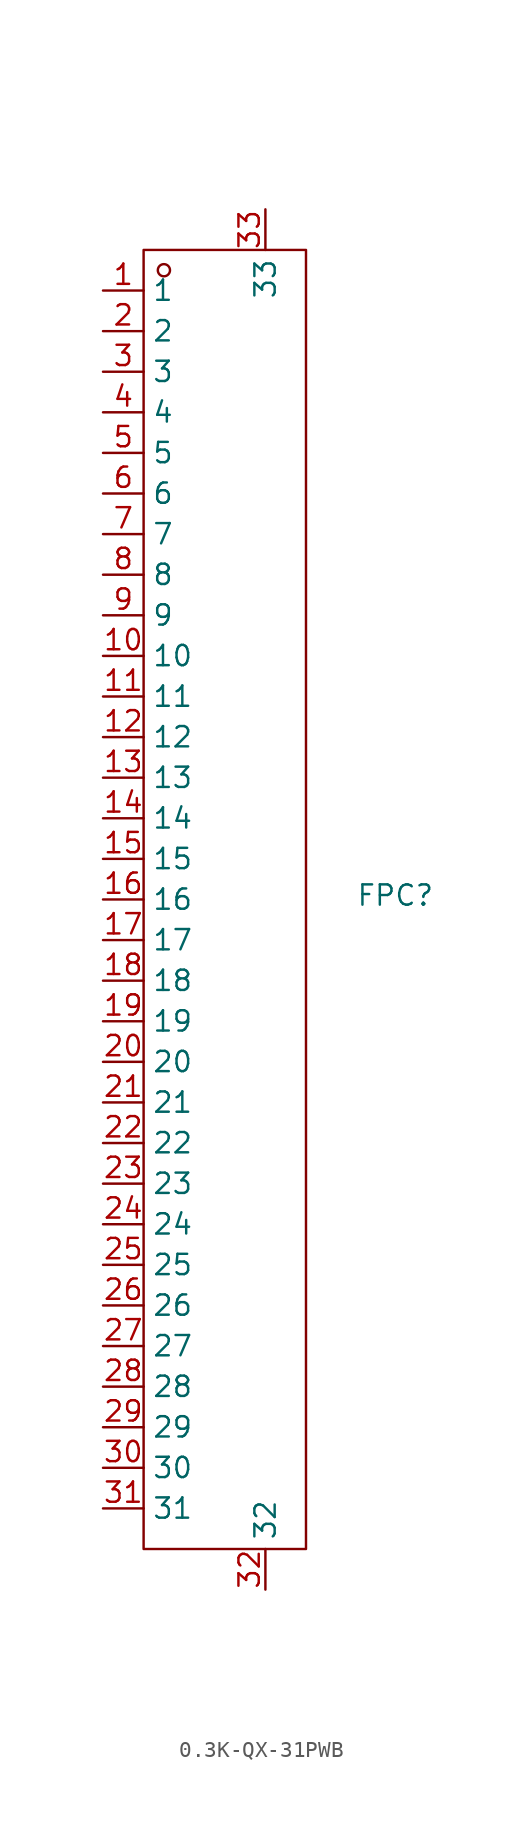
<source format=kicad_sym>
(kicad_symbol_lib
  (version 20241209)
  (generator "kicad_symbol_editor")
  (generator_version "9.0")
  (symbol "0.3K-QX-31PWB"
    (property "Reference" "FPC"
      (at 13.208 0.254 0)
      (effects (font (size 1.27 1.27))))
    (property "Value" ""
      (at 0 0 0)
      (effects (font (size 1.27 1.27))))
    (symbol "0.3K-QX-31PWB_1_0"
      (rectangle (start -2.54 -40.64) (end 7.62 40.64) (stroke (width 0) (type default)) (fill (type none)))
      (circle (center -1.27 39.37) (radius 0.381) (stroke (width 0) (type default)) (fill (type none)))
      (pin unspecified line (at -5.08 38.1 0) (length 2.54) (name "1" (effects (font (size 1.27 1.27)))) (number "1" (effects (font (size 1.27 1.27)))))
      (pin unspecified line (at -5.08 35.56 0) (length 2.54) (name "2" (effects (font (size 1.27 1.27)))) (number "2" (effects (font (size 1.27 1.27)))))
      (pin unspecified line (at -5.08 33.02 0) (length 2.54) (name "3" (effects (font (size 1.27 1.27)))) (number "3" (effects (font (size 1.27 1.27)))))
      (pin unspecified line (at -5.08 30.48 0) (length 2.54) (name "4" (effects (font (size 1.27 1.27)))) (number "4" (effects (font (size 1.27 1.27)))))
      (pin unspecified line (at -5.08 27.94 0) (length 2.54) (name "5" (effects (font (size 1.27 1.27)))) (number "5" (effects (font (size 1.27 1.27)))))
      (pin unspecified line (at -5.08 25.4 0) (length 2.54) (name "6" (effects (font (size 1.27 1.27)))) (number "6" (effects (font (size 1.27 1.27)))))
      (pin unspecified line (at -5.08 22.86 0) (length 2.54) (name "7" (effects (font (size 1.27 1.27)))) (number "7" (effects (font (size 1.27 1.27)))))
      (pin unspecified line (at -5.08 20.32 0) (length 2.54) (name "8" (effects (font (size 1.27 1.27)))) (number "8" (effects (font (size 1.27 1.27)))))
      (pin unspecified line (at -5.08 17.78 0) (length 2.54) (name "9" (effects (font (size 1.27 1.27)))) (number "9" (effects (font (size 1.27 1.27)))))
      (pin unspecified line (at -5.08 15.24 0) (length 2.54) (name "10" (effects (font (size 1.27 1.27)))) (number "10" (effects (font (size 1.27 1.27)))))
      (pin unspecified line (at -5.08 12.7 0) (length 2.54) (name "11" (effects (font (size 1.27 1.27)))) (number "11" (effects (font (size 1.27 1.27)))))
      (pin unspecified line (at -5.08 10.16 0) (length 2.54) (name "12" (effects (font (size 1.27 1.27)))) (number "12" (effects (font (size 1.27 1.27)))))
      (pin unspecified line (at -5.08 7.62 0) (length 2.54) (name "13" (effects (font (size 1.27 1.27)))) (number "13" (effects (font (size 1.27 1.27)))))
      (pin unspecified line (at -5.08 5.08 0) (length 2.54) (name "14" (effects (font (size 1.27 1.27)))) (number "14" (effects (font (size 1.27 1.27)))))
      (pin unspecified line (at -5.08 2.54 0) (length 2.54) (name "15" (effects (font (size 1.27 1.27)))) (number "15" (effects (font (size 1.27 1.27)))))
      (pin unspecified line (at -5.08 0 0) (length 2.54) (name "16" (effects (font (size 1.27 1.27)))) (number "16" (effects (font (size 1.27 1.27)))))
      (pin unspecified line (at -5.08 -2.54 0) (length 2.54) (name "17" (effects (font (size 1.27 1.27)))) (number "17" (effects (font (size 1.27 1.27)))))
      (pin unspecified line (at -5.08 -5.08 0) (length 2.54) (name "18" (effects (font (size 1.27 1.27)))) (number "18" (effects (font (size 1.27 1.27)))))
      (pin unspecified line (at -5.08 -7.62 0) (length 2.54) (name "19" (effects (font (size 1.27 1.27)))) (number "19" (effects (font (size 1.27 1.27)))))
      (pin unspecified line (at -5.08 -10.16 0) (length 2.54) (name "20" (effects (font (size 1.27 1.27)))) (number "20" (effects (font (size 1.27 1.27)))))
      (pin unspecified line (at -5.08 -12.7 0) (length 2.54) (name "21" (effects (font (size 1.27 1.27)))) (number "21" (effects (font (size 1.27 1.27)))))
      (pin unspecified line (at -5.08 -15.24 0) (length 2.54) (name "22" (effects (font (size 1.27 1.27)))) (number "22" (effects (font (size 1.27 1.27)))))
      (pin unspecified line (at -5.08 -17.78 0) (length 2.54) (name "23" (effects (font (size 1.27 1.27)))) (number "23" (effects (font (size 1.27 1.27)))))
      (pin unspecified line (at -5.08 -20.32 0) (length 2.54) (name "24" (effects (font (size 1.27 1.27)))) (number "24" (effects (font (size 1.27 1.27)))))
      (pin unspecified line (at -5.08 -22.86 0) (length 2.54) (name "25" (effects (font (size 1.27 1.27)))) (number "25" (effects (font (size 1.27 1.27)))))
      (pin unspecified line (at -5.08 -25.4 0) (length 2.54) (name "26" (effects (font (size 1.27 1.27)))) (number "26" (effects (font (size 1.27 1.27)))))
      (pin unspecified line (at -5.08 -27.94 0) (length 2.54) (name "27" (effects (font (size 1.27 1.27)))) (number "27" (effects (font (size 1.27 1.27)))))
      (pin unspecified line (at -5.08 -30.48 0) (length 2.54) (name "28" (effects (font (size 1.27 1.27)))) (number "28" (effects (font (size 1.27 1.27)))))
      (pin unspecified line (at -5.08 -33.02 0) (length 2.54) (name "29" (effects (font (size 1.27 1.27)))) (number "29" (effects (font (size 1.27 1.27)))))
      (pin unspecified line (at -5.08 -35.56 0) (length 2.54) (name "30" (effects (font (size 1.27 1.27)))) (number "30" (effects (font (size 1.27 1.27)))))
      (pin unspecified line (at -5.08 -38.1 0) (length 2.54) (name "31" (effects (font (size 1.27 1.27)))) (number "31" (effects (font (size 1.27 1.27)))))
      (pin unspecified line (at 5.08 43.18 270) (length 2.54) (name "33" (effects (font (size 1.27 1.27)))) (number "33" (effects (font (size 1.27 1.27)))))
      (pin unspecified line (at 5.08 -43.18 90) (length 2.54) (name "32" (effects (font (size 1.27 1.27)))) (number "32" (effects (font (size 1.27 1.27))))))))
</source>
